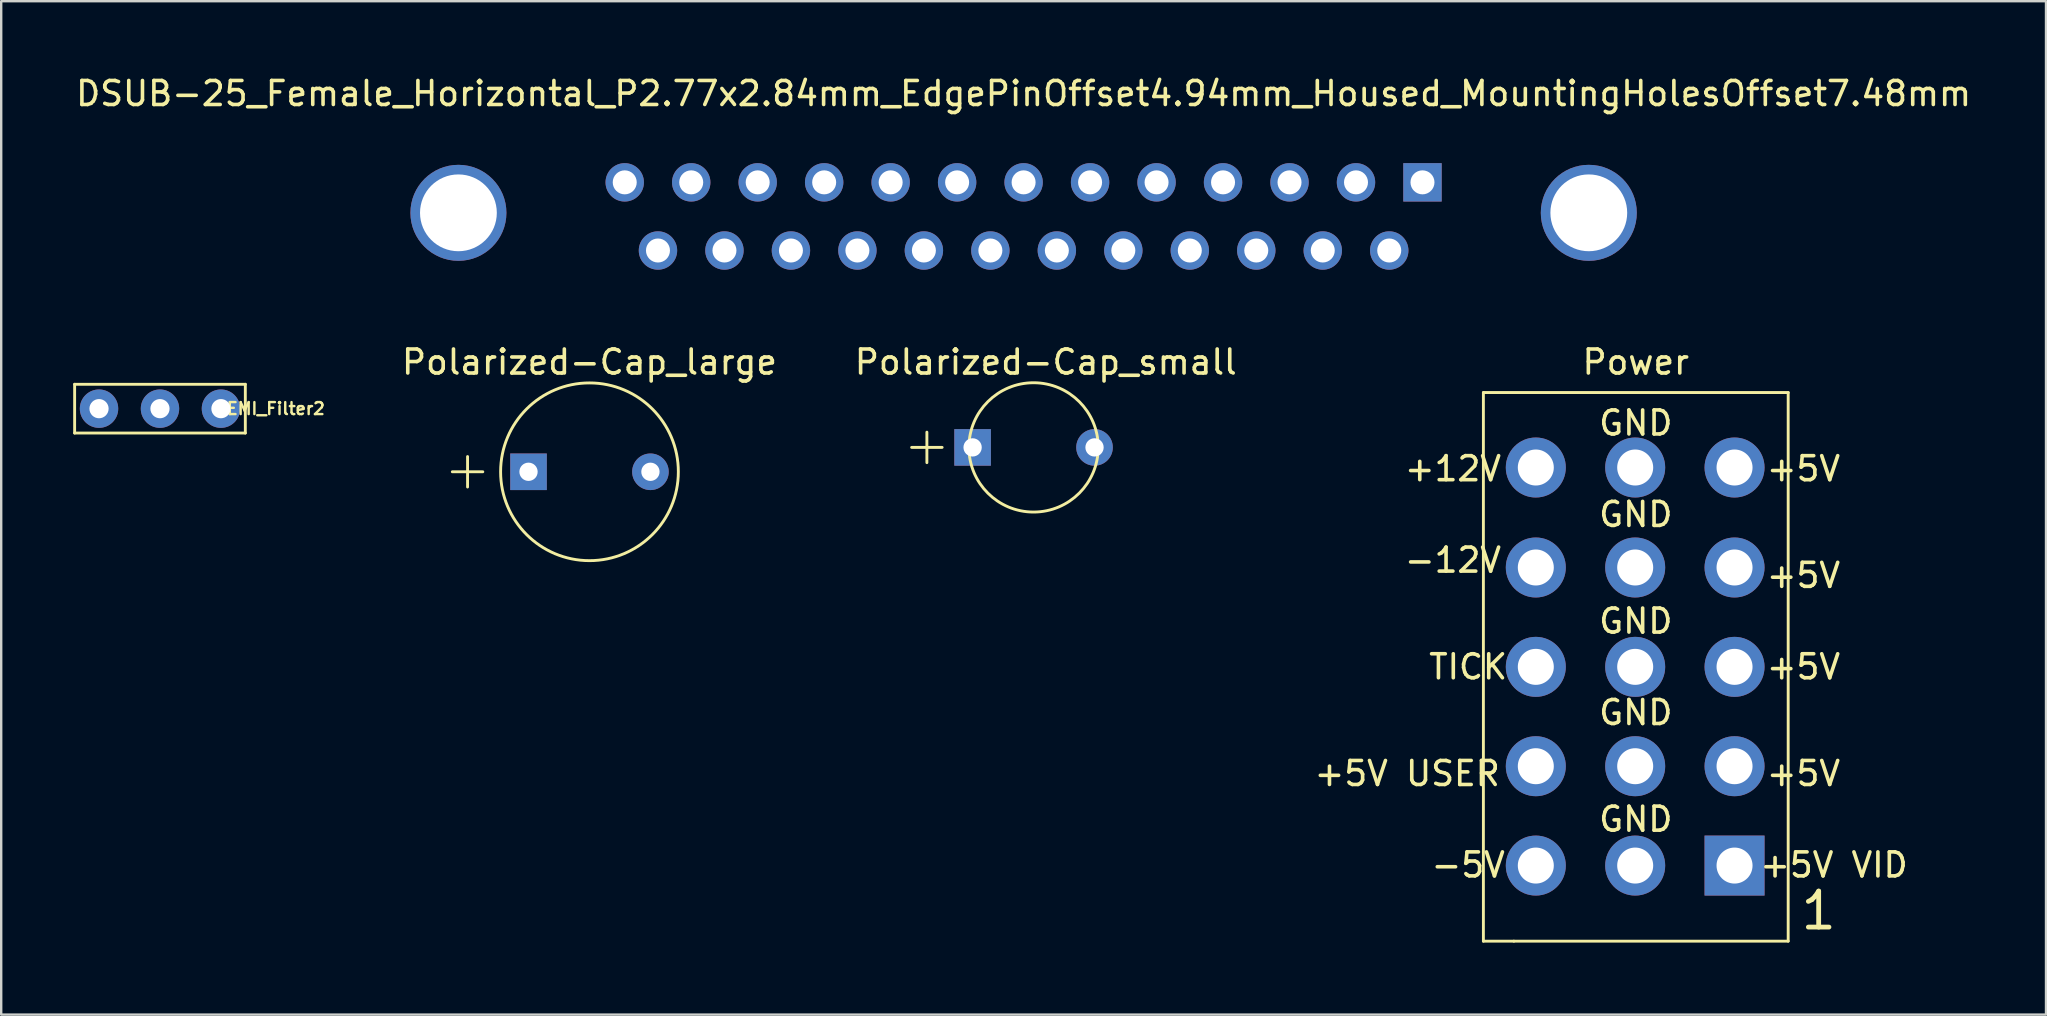
<source format=kicad_pcb>
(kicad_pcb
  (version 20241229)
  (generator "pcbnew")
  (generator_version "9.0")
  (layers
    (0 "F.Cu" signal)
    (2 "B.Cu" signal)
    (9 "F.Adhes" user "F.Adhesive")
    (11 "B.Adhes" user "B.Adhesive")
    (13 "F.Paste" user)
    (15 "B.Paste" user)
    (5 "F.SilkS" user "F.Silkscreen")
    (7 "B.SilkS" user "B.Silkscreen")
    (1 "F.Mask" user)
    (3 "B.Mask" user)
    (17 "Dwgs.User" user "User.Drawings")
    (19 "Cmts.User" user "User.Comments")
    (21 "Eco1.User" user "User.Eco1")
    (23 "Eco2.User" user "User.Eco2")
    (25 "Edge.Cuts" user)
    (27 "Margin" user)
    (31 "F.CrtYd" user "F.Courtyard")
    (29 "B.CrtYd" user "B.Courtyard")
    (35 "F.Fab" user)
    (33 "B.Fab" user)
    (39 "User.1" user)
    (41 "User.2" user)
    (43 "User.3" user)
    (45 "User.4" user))
  (footprint "Polarized-Cap_small"
    (layer "F.Cu")
    (at 40.016 15.592)
    (property "Reference" "Polarized-Cap_small" (at 0.508 -3.556 0) (layer "F.SilkS") (effects (font (size 1 1) (thickness 0.15))))
    (attr through_hole)
    (fp_line (start -4.445 -0.635) (end -4.445 0.635) (stroke (width 0.12) (type solid)) (layer "F.SilkS"))
    (fp_line (start -3.81 0) (end -5.08 0) (stroke (width 0.12) (type solid)) (layer "F.SilkS"))
    (fp_circle (center 0 0) (end 1.905 1.905) (stroke (width 0.12) (type solid)) (fill no) (layer "F.SilkS"))
    (pad "1" thru_hole rect (at -2.54 0) (size 1.524 1.524) (drill 0.762) (layers "*.Cu" "*.Mask"))
    (pad "2" thru_hole circle (at 2.54 0) (size 1.524 1.524) (drill 0.762) (layers "*.Cu" "*.Mask")))
  (footprint "EMI_Filter2"
    (layer "F.Cu")
    (at 3.616 11.438)
    (property "Reference" "EMI_Filter2" (at 4.826 2.54 0) (layer "F.SilkS") (effects (font (size 0.5 0.5) (thickness 0.1))))
    (attr through_hole)
    (fp_line (start -3.556 1.524) (end 3.556 1.524) (stroke (width 0.12) (type solid)) (layer "F.SilkS"))
    (fp_line (start -3.556 3.556) (end -3.556 1.524) (stroke (width 0.12) (type solid)) (layer "F.SilkS"))
    (fp_line (start 3.556 1.524) (end 3.556 3.556) (stroke (width 0.12) (type solid)) (layer "F.SilkS"))
    (fp_line (start 3.556 3.556) (end -3.556 3.556) (stroke (width 0.12) (type solid)) (layer "F.SilkS"))
    (pad "1" thru_hole circle (at -2.54 2.54) (size 1.6 1.6) (drill 0.8) (layers "*.Cu" "*.Mask"))
    (pad "2" thru_hole circle (at 0 2.54) (size 1.6 1.6) (drill 0.8) (layers "*.Cu" "*.Mask"))
    (pad "3" thru_hole circle (at 2.54 2.54) (size 1.6 1.6) (drill 0.8) (layers "*.Cu" "*.Mask")))
  (footprint "Power"
    (layer "F.Cu")
    (at 65.109 24.736)
    (property "Reference" "Power" (at 0 -12.7 0) (layer "F.SilkS") (effects (font (size 1 1) (thickness 0.15))))
    (attr through_hole)
    (fp_line (start -6.35 -11.43) (end 6.35 -11.43) (stroke (width 0.12) (type solid)) (layer "F.SilkS"))
    (fp_line (start -6.35 11.43) (end -6.35 -11.43) (stroke (width 0.12) (type solid)) (layer "F.SilkS"))
    (fp_line (start -5.08 11.43) (end -6.35 11.43) (stroke (width 0.12) (type solid)) (layer "F.SilkS"))
    (fp_line (start 6.35 -11.43) (end 6.35 11.43) (stroke (width 0.12) (type solid)) (layer "F.SilkS"))
    (fp_line (start 6.35 11.43) (end -5.08 11.43) (stroke (width 0.12) (type solid)) (layer "F.SilkS"))
    (fp_text user "-5V" (at -6.985 8.255 0) (layer "F.SilkS") (effects (font (size 1 1) (thickness 0.15))))
    (fp_text user "+12V" (at -7.62 -8.255 0) (layer "F.SilkS") (effects (font (size 1 1) (thickness 0.15))))
    (fp_text user "GND" (at 0 1.905 0) (layer "F.SilkS") (effects (font (size 1 1) (thickness 0.15))))
    (fp_text user "GND" (at 0 -10.16 0) (layer "F.SilkS") (effects (font (size 1 1) (thickness 0.15))))
    (fp_text user "+5V" (at 6.985 -8.255 0) (layer "F.SilkS") (effects (font (size 1 1) (thickness 0.15))))
    (fp_text user "GND" (at 0 6.35 0) (layer "F.SilkS") (effects (font (size 1 1) (thickness 0.15))))
    (fp_text user "+5V USER" (at -9.525 4.445 0) (layer "F.SilkS") (effects (font (size 1 1) (thickness 0.15))))
    (fp_text user "GND" (at 0 -6.35 0) (layer "F.SilkS") (effects (font (size 1 1) (thickness 0.15))))
    (fp_text user "+5V" (at 6.985 0 0) (layer "F.SilkS") (effects (font (size 1 1) (thickness 0.15))))
    (fp_text user "GND" (at 0 -1.905 0) (layer "F.SilkS") (effects (font (size 1 1) (thickness 0.15))))
    (fp_text user "1" (at 7.62 10.16 0) (layer "F.SilkS") (effects (font (size 1.5 1.5) (thickness 0.2))))
    (fp_text user "+5V" (at 6.985 -3.81 0) (layer "F.SilkS") (effects (font (size 1 1) (thickness 0.15))))
    (fp_text user "+5V" (at 6.985 4.445 0) (layer "F.SilkS") (effects (font (size 1 1) (thickness 0.15))))
    (fp_text user "+5V VID" (at 8.255 8.255 0) (layer "F.SilkS") (effects (font (size 1 1) (thickness 0.15))))
    (fp_text user "-12V" (at -7.62 -4.445 0) (layer "F.SilkS") (effects (font (size 1 1) (thickness 0.15))))
    (fp_text user "TICK" (at -6.985 0 0) (layer "F.SilkS") (effects (font (size 1 1) (thickness 0.15))))
    (pad "1" thru_hole rect (at 4.115 8.28) (size 2.5 2.5) (drill 1.5) (layers "*.Cu" "*.Mask"))
    (pad "2" thru_hole circle (at 4.115 4.14) (size 2.5 2.5) (drill 1.5) (layers "*.Cu" "*.Mask"))
    (pad "3" thru_hole circle (at 4.115 0) (size 2.5 2.5) (drill 1.5) (layers "*.Cu" "*.Mask"))
    (pad "4" thru_hole circle (at 4.115 -4.14) (size 2.5 2.5) (drill 1.5) (layers "*.Cu" "*.Mask"))
    (pad "5" thru_hole circle (at 4.115 -8.306) (size 2.5 2.5) (drill 1.5) (layers "*.Cu" "*.Mask"))
    (pad "6" thru_hole circle (at -0.025 8.28) (size 2.5 2.5) (drill 1.5) (layers "*.Cu" "*.Mask"))
    (pad "7" thru_hole circle (at -0.025 4.14) (size 2.5 2.5) (drill 1.5) (layers "*.Cu" "*.Mask"))
    (pad "8" thru_hole circle (at -0.025 0) (size 2.5 2.5) (drill 1.5) (layers "*.Cu" "*.Mask"))
    (pad "9" thru_hole circle (at -0.025 -4.14) (size 2.5 2.5) (drill 1.5) (layers "*.Cu" "*.Mask"))
    (pad "10" thru_hole circle (at -0.025 -8.306) (size 2.5 2.5) (drill 1.5) (layers "*.Cu" "*.Mask"))
    (pad "11" thru_hole circle (at -4.166 8.28) (size 2.5 2.5) (drill 1.5) (layers "*.Cu" "*.Mask"))
    (pad "12" thru_hole circle (at -4.166 4.14) (size 2.5 2.5) (drill 1.5) (layers "*.Cu" "*.Mask"))
    (pad "13" thru_hole circle (at -4.166 0) (size 2.5 2.5) (drill 1.5) (layers "*.Cu" "*.Mask"))
    (pad "14" thru_hole circle (at -4.166 -4.14) (size 2.5 2.5) (drill 1.5) (layers "*.Cu" "*.Mask"))
    (pad "15" thru_hole circle (at -4.166 -8.306) (size 2.5 2.5) (drill 1.5) (layers "*.Cu" "*.Mask")))
  (footprint "Polarized-Cap_large"
    (layer "F.Cu")
    (at 21.512 16.608)
    (property "Reference" "Polarized-Cap_large" (at 0 -4.572 0) (layer "F.SilkS") (effects (font (size 1 1) (thickness 0.15))))
    (attr through_hole)
    (fp_line (start -5.08 -0.635) (end -5.08 0.635) (stroke (width 0.12) (type solid)) (layer "F.SilkS"))
    (fp_line (start -4.445 0) (end -5.715 0) (stroke (width 0.12) (type solid)) (layer "F.SilkS"))
    (fp_circle (center 0 0) (end 3.175 1.905) (stroke (width 0.12) (type solid)) (fill no) (layer "F.SilkS"))
    (pad "1" thru_hole rect (at -2.54 0) (size 1.524 1.524) (drill 0.762) (layers "*.Cu" "*.Mask"))
    (pad "2" thru_hole circle (at 2.54 0) (size 1.524 1.524) (drill 0.762) (layers "*.Cu" "*.Mask")))
  (footprint "DSUB-25_Female_Horizontal_P2.77x2.84mm_EdgePinOffset4.94mm_Housed_MountingHolesOffset7.48mm"
    (layer "F.Cu")
    (at 56.221 4.548)
    (property "Reference" "DSUB-25_Female_Horizontal_P2.77x2.84mm_EdgePinOffset4.94mm_Housed_MountingHolesOffset7.48mm" (at -16.62 -3.7 0) (layer "F.SilkS") (effects (font (size 1 1) (thickness 0.15))))
    (attr through_hole)
    (pad "0" thru_hole circle (at -40.17 1.27) (size 4 4) (drill 3.2) (layers "*.Cu" "*.Mask"))
    (pad "0" thru_hole circle (at 6.93 1.27) (size 4 4) (drill 3.2) (layers "*.Cu" "*.Mask"))
    (pad "1" thru_hole rect (at 0 0) (size 1.6 1.6) (drill 1) (layers "*.Cu" "*.Mask"))
    (pad "2" thru_hole circle (at -2.77 0) (size 1.6 1.6) (drill 1) (layers "*.Cu" "*.Mask"))
    (pad "3" thru_hole circle (at -5.54 0) (size 1.6 1.6) (drill 1) (layers "*.Cu" "*.Mask"))
    (pad "4" thru_hole circle (at -8.31 0) (size 1.6 1.6) (drill 1) (layers "*.Cu" "*.Mask"))
    (pad "5" thru_hole circle (at -11.08 0) (size 1.6 1.6) (drill 1) (layers "*.Cu" "*.Mask"))
    (pad "6" thru_hole circle (at -13.85 0) (size 1.6 1.6) (drill 1) (layers "*.Cu" "*.Mask"))
    (pad "7" thru_hole circle (at -16.62 0) (size 1.6 1.6) (drill 1) (layers "*.Cu" "*.Mask"))
    (pad "8" thru_hole circle (at -19.39 0) (size 1.6 1.6) (drill 1) (layers "*.Cu" "*.Mask"))
    (pad "9" thru_hole circle (at -22.16 0) (size 1.6 1.6) (drill 1) (layers "*.Cu" "*.Mask"))
    (pad "10" thru_hole circle (at -24.93 0) (size 1.6 1.6) (drill 1) (layers "*.Cu" "*.Mask"))
    (pad "11" thru_hole circle (at -27.7 0) (size 1.6 1.6) (drill 1) (layers "*.Cu" "*.Mask"))
    (pad "12" thru_hole circle (at -30.47 0) (size 1.6 1.6) (drill 1) (layers "*.Cu" "*.Mask"))
    (pad "13" thru_hole circle (at -33.24 0) (size 1.6 1.6) (drill 1) (layers "*.Cu" "*.Mask"))
    (pad "14" thru_hole circle (at -1.385 2.84) (size 1.6 1.6) (drill 1) (layers "*.Cu" "*.Mask"))
    (pad "15" thru_hole circle (at -4.155 2.84) (size 1.6 1.6) (drill 1) (layers "*.Cu" "*.Mask"))
    (pad "16" thru_hole circle (at -6.925 2.84) (size 1.6 1.6) (drill 1) (layers "*.Cu" "*.Mask"))
    (pad "17" thru_hole circle (at -9.695 2.84) (size 1.6 1.6) (drill 1) (layers "*.Cu" "*.Mask"))
    (pad "18" thru_hole circle (at -12.465 2.84) (size 1.6 1.6) (drill 1) (layers "*.Cu" "*.Mask"))
    (pad "19" thru_hole circle (at -15.235 2.84) (size 1.6 1.6) (drill 1) (layers "*.Cu" "*.Mask"))
    (pad "20" thru_hole circle (at -18.005 2.84) (size 1.6 1.6) (drill 1) (layers "*.Cu" "*.Mask"))
    (pad "21" thru_hole circle (at -20.775 2.84) (size 1.6 1.6) (drill 1) (layers "*.Cu" "*.Mask"))
    (pad "22" thru_hole circle (at -23.545 2.84) (size 1.6 1.6) (drill 1) (layers "*.Cu" "*.Mask"))
    (pad "23" thru_hole circle (at -26.315 2.84) (size 1.6 1.6) (drill 1) (layers "*.Cu" "*.Mask"))
    (pad "24" thru_hole circle (at -29.085 2.84) (size 1.6 1.6) (drill 1) (layers "*.Cu" "*.Mask"))
    (pad "25" thru_hole circle (at -31.855 2.84) (size 1.6 1.6) (drill 1) (layers "*.Cu" "*.Mask")))
  (gr_rect
    (start -3 -3)
    (end 82.202 39.227)
    (stroke (width 0.1) (type default))
    (fill no)
    (layer "Edge.Cuts")))
</source>
